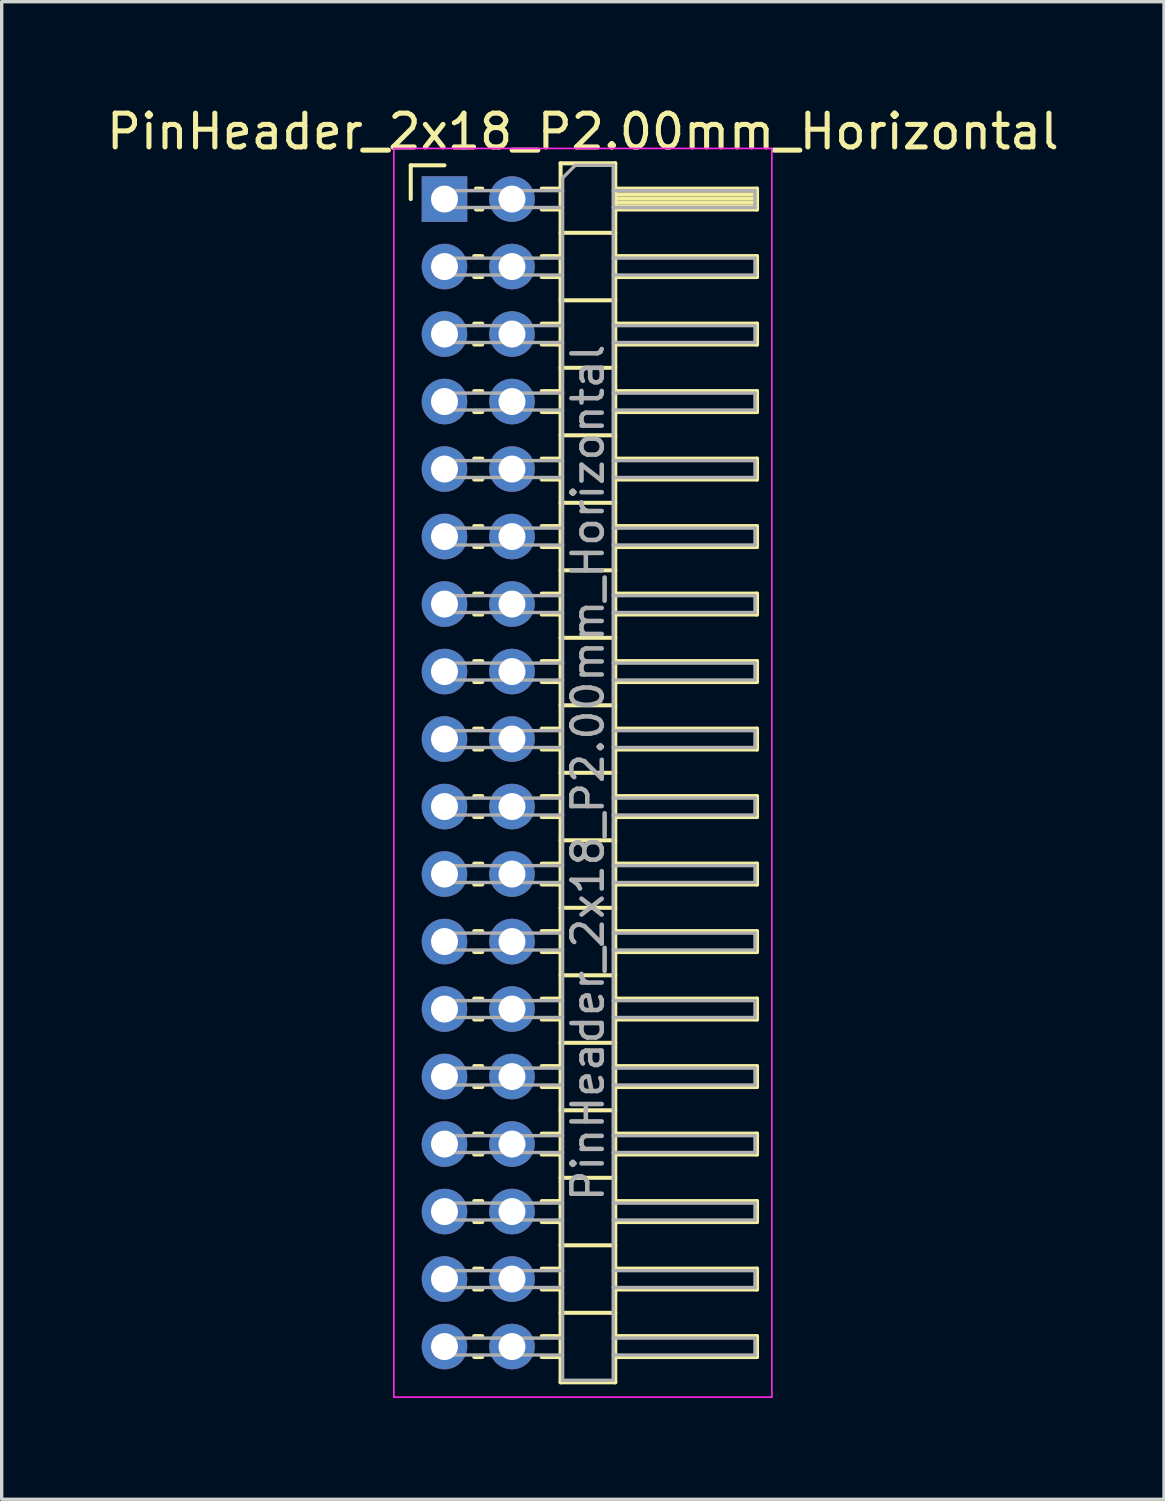
<source format=kicad_pcb>
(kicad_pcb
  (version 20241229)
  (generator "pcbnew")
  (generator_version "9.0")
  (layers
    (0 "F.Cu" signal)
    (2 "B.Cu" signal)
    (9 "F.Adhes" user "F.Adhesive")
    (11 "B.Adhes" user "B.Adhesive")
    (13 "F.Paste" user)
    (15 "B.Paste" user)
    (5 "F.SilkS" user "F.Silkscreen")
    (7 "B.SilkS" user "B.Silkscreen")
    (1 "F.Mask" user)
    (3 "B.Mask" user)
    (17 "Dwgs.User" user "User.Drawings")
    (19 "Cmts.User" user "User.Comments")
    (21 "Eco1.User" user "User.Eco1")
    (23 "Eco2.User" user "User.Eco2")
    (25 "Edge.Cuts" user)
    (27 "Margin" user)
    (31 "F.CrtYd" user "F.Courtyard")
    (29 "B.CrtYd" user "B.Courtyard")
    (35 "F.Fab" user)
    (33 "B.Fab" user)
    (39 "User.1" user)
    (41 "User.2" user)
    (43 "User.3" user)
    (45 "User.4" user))
  (footprint "PinHeader_2x18_P2.00mm_Horizontal"
    (layer "F.Cu")
    (at 10.12 2.848)
    (property "Reference" "PinHeader_2x18_P2.00mm_Horizontal" (at 4.1 -2 0) (layer "F.SilkS") (effects (font (size 1 1) (thickness 0.15))))
    (attr through_hole)
    (fp_line (start -1 -1) (end 0 -1) (stroke (width 0.12) (type solid)) (layer "F.SilkS"))
    (fp_line (start -1 0) (end -1 -1) (stroke (width 0.12) (type solid)) (layer "F.SilkS"))
    (fp_line (start 0.882 1.69) (end 1.118 1.69) (stroke (width 0.12) (type solid)) (layer "F.SilkS"))
    (fp_line (start 0.882 2.31) (end 1.118 2.31) (stroke (width 0.12) (type solid)) (layer "F.SilkS"))
    (fp_line (start 0.882 3.69) (end 1.118 3.69) (stroke (width 0.12) (type solid)) (layer "F.SilkS"))
    (fp_line (start 0.882 4.31) (end 1.118 4.31) (stroke (width 0.12) (type solid)) (layer "F.SilkS"))
    (fp_line (start 0.882 5.69) (end 1.118 5.69) (stroke (width 0.12) (type solid)) (layer "F.SilkS"))
    (fp_line (start 0.882 6.31) (end 1.118 6.31) (stroke (width 0.12) (type solid)) (layer "F.SilkS"))
    (fp_line (start 0.882 7.69) (end 1.118 7.69) (stroke (width 0.12) (type solid)) (layer "F.SilkS"))
    (fp_line (start 0.882 8.31) (end 1.118 8.31) (stroke (width 0.12) (type solid)) (layer "F.SilkS"))
    (fp_line (start 0.882 9.69) (end 1.118 9.69) (stroke (width 0.12) (type solid)) (layer "F.SilkS"))
    (fp_line (start 0.882 10.31) (end 1.118 10.31) (stroke (width 0.12) (type solid)) (layer "F.SilkS"))
    (fp_line (start 0.882 11.69) (end 1.118 11.69) (stroke (width 0.12) (type solid)) (layer "F.SilkS"))
    (fp_line (start 0.882 12.31) (end 1.118 12.31) (stroke (width 0.12) (type solid)) (layer "F.SilkS"))
    (fp_line (start 0.882 13.69) (end 1.118 13.69) (stroke (width 0.12) (type solid)) (layer "F.SilkS"))
    (fp_line (start 0.882 14.31) (end 1.118 14.31) (stroke (width 0.12) (type solid)) (layer "F.SilkS"))
    (fp_line (start 0.882 15.69) (end 1.118 15.69) (stroke (width 0.12) (type solid)) (layer "F.SilkS"))
    (fp_line (start 0.882 16.31) (end 1.118 16.31) (stroke (width 0.12) (type solid)) (layer "F.SilkS"))
    (fp_line (start 0.882 17.69) (end 1.118 17.69) (stroke (width 0.12) (type solid)) (layer "F.SilkS"))
    (fp_line (start 0.882 18.31) (end 1.118 18.31) (stroke (width 0.12) (type solid)) (layer "F.SilkS"))
    (fp_line (start 0.882 19.69) (end 1.118 19.69) (stroke (width 0.12) (type solid)) (layer "F.SilkS"))
    (fp_line (start 0.882 20.31) (end 1.118 20.31) (stroke (width 0.12) (type solid)) (layer "F.SilkS"))
    (fp_line (start 0.882 21.69) (end 1.118 21.69) (stroke (width 0.12) (type solid)) (layer "F.SilkS"))
    (fp_line (start 0.882 22.31) (end 1.118 22.31) (stroke (width 0.12) (type solid)) (layer "F.SilkS"))
    (fp_line (start 0.882 23.69) (end 1.118 23.69) (stroke (width 0.12) (type solid)) (layer "F.SilkS"))
    (fp_line (start 0.882 24.31) (end 1.118 24.31) (stroke (width 0.12) (type solid)) (layer "F.SilkS"))
    (fp_line (start 0.882 25.69) (end 1.118 25.69) (stroke (width 0.12) (type solid)) (layer "F.SilkS"))
    (fp_line (start 0.882 26.31) (end 1.118 26.31) (stroke (width 0.12) (type solid)) (layer "F.SilkS"))
    (fp_line (start 0.882 27.69) (end 1.118 27.69) (stroke (width 0.12) (type solid)) (layer "F.SilkS"))
    (fp_line (start 0.882 28.31) (end 1.118 28.31) (stroke (width 0.12) (type solid)) (layer "F.SilkS"))
    (fp_line (start 0.882 29.69) (end 1.118 29.69) (stroke (width 0.12) (type solid)) (layer "F.SilkS"))
    (fp_line (start 0.882 30.31) (end 1.118 30.31) (stroke (width 0.12) (type solid)) (layer "F.SilkS"))
    (fp_line (start 0.882 31.69) (end 1.118 31.69) (stroke (width 0.12) (type solid)) (layer "F.SilkS"))
    (fp_line (start 0.882 32.31) (end 1.118 32.31) (stroke (width 0.12) (type solid)) (layer "F.SilkS"))
    (fp_line (start 0.882 33.69) (end 1.118 33.69) (stroke (width 0.12) (type solid)) (layer "F.SilkS"))
    (fp_line (start 0.882 34.31) (end 1.118 34.31) (stroke (width 0.12) (type solid)) (layer "F.SilkS"))
    (fp_line (start 0.935 -0.31) (end 1.118 -0.31) (stroke (width 0.12) (type solid)) (layer "F.SilkS"))
    (fp_line (start 0.935 0.31) (end 1.118 0.31) (stroke (width 0.12) (type solid)) (layer "F.SilkS"))
    (fp_line (start 2.882 -0.31) (end 3.44 -0.31) (stroke (width 0.12) (type solid)) (layer "F.SilkS"))
    (fp_line (start 2.882 0.31) (end 3.44 0.31) (stroke (width 0.12) (type solid)) (layer "F.SilkS"))
    (fp_line (start 2.882 1.69) (end 3.44 1.69) (stroke (width 0.12) (type solid)) (layer "F.SilkS"))
    (fp_line (start 2.882 2.31) (end 3.44 2.31) (stroke (width 0.12) (type solid)) (layer "F.SilkS"))
    (fp_line (start 2.882 3.69) (end 3.44 3.69) (stroke (width 0.12) (type solid)) (layer "F.SilkS"))
    (fp_line (start 2.882 4.31) (end 3.44 4.31) (stroke (width 0.12) (type solid)) (layer "F.SilkS"))
    (fp_line (start 2.882 5.69) (end 3.44 5.69) (stroke (width 0.12) (type solid)) (layer "F.SilkS"))
    (fp_line (start 2.882 6.31) (end 3.44 6.31) (stroke (width 0.12) (type solid)) (layer "F.SilkS"))
    (fp_line (start 2.882 7.69) (end 3.44 7.69) (stroke (width 0.12) (type solid)) (layer "F.SilkS"))
    (fp_line (start 2.882 8.31) (end 3.44 8.31) (stroke (width 0.12) (type solid)) (layer "F.SilkS"))
    (fp_line (start 2.882 9.69) (end 3.44 9.69) (stroke (width 0.12) (type solid)) (layer "F.SilkS"))
    (fp_line (start 2.882 10.31) (end 3.44 10.31) (stroke (width 0.12) (type solid)) (layer "F.SilkS"))
    (fp_line (start 2.882 11.69) (end 3.44 11.69) (stroke (width 0.12) (type solid)) (layer "F.SilkS"))
    (fp_line (start 2.882 12.31) (end 3.44 12.31) (stroke (width 0.12) (type solid)) (layer "F.SilkS"))
    (fp_line (start 2.882 13.69) (end 3.44 13.69) (stroke (width 0.12) (type solid)) (layer "F.SilkS"))
    (fp_line (start 2.882 14.31) (end 3.44 14.31) (stroke (width 0.12) (type solid)) (layer "F.SilkS"))
    (fp_line (start 2.882 15.69) (end 3.44 15.69) (stroke (width 0.12) (type solid)) (layer "F.SilkS"))
    (fp_line (start 2.882 16.31) (end 3.44 16.31) (stroke (width 0.12) (type solid)) (layer "F.SilkS"))
    (fp_line (start 2.882 17.69) (end 3.44 17.69) (stroke (width 0.12) (type solid)) (layer "F.SilkS"))
    (fp_line (start 2.882 18.31) (end 3.44 18.31) (stroke (width 0.12) (type solid)) (layer "F.SilkS"))
    (fp_line (start 2.882 19.69) (end 3.44 19.69) (stroke (width 0.12) (type solid)) (layer "F.SilkS"))
    (fp_line (start 2.882 20.31) (end 3.44 20.31) (stroke (width 0.12) (type solid)) (layer "F.SilkS"))
    (fp_line (start 2.882 21.69) (end 3.44 21.69) (stroke (width 0.12) (type solid)) (layer "F.SilkS"))
    (fp_line (start 2.882 22.31) (end 3.44 22.31) (stroke (width 0.12) (type solid)) (layer "F.SilkS"))
    (fp_line (start 2.882 23.69) (end 3.44 23.69) (stroke (width 0.12) (type solid)) (layer "F.SilkS"))
    (fp_line (start 2.882 24.31) (end 3.44 24.31) (stroke (width 0.12) (type solid)) (layer "F.SilkS"))
    (fp_line (start 2.882 25.69) (end 3.44 25.69) (stroke (width 0.12) (type solid)) (layer "F.SilkS"))
    (fp_line (start 2.882 26.31) (end 3.44 26.31) (stroke (width 0.12) (type solid)) (layer "F.SilkS"))
    (fp_line (start 2.882 27.69) (end 3.44 27.69) (stroke (width 0.12) (type solid)) (layer "F.SilkS"))
    (fp_line (start 2.882 28.31) (end 3.44 28.31) (stroke (width 0.12) (type solid)) (layer "F.SilkS"))
    (fp_line (start 2.882 29.69) (end 3.44 29.69) (stroke (width 0.12) (type solid)) (layer "F.SilkS"))
    (fp_line (start 2.882 30.31) (end 3.44 30.31) (stroke (width 0.12) (type solid)) (layer "F.SilkS"))
    (fp_line (start 2.882 31.69) (end 3.44 31.69) (stroke (width 0.12) (type solid)) (layer "F.SilkS"))
    (fp_line (start 2.882 32.31) (end 3.44 32.31) (stroke (width 0.12) (type solid)) (layer "F.SilkS"))
    (fp_line (start 2.882 33.69) (end 3.44 33.69) (stroke (width 0.12) (type solid)) (layer "F.SilkS"))
    (fp_line (start 2.882 34.31) (end 3.44 34.31) (stroke (width 0.12) (type solid)) (layer "F.SilkS"))
    (fp_line (start 3.44 -1.06) (end 3.44 35.06) (stroke (width 0.12) (type solid)) (layer "F.SilkS"))
    (fp_line (start 3.44 1) (end 5.06 1) (stroke (width 0.12) (type solid)) (layer "F.SilkS"))
    (fp_line (start 3.44 3) (end 5.06 3) (stroke (width 0.12) (type solid)) (layer "F.SilkS"))
    (fp_line (start 3.44 5) (end 5.06 5) (stroke (width 0.12) (type solid)) (layer "F.SilkS"))
    (fp_line (start 3.44 7) (end 5.06 7) (stroke (width 0.12) (type solid)) (layer "F.SilkS"))
    (fp_line (start 3.44 9) (end 5.06 9) (stroke (width 0.12) (type solid)) (layer "F.SilkS"))
    (fp_line (start 3.44 11) (end 5.06 11) (stroke (width 0.12) (type solid)) (layer "F.SilkS"))
    (fp_line (start 3.44 13) (end 5.06 13) (stroke (width 0.12) (type solid)) (layer "F.SilkS"))
    (fp_line (start 3.44 15) (end 5.06 15) (stroke (width 0.12) (type solid)) (layer "F.SilkS"))
    (fp_line (start 3.44 17) (end 5.06 17) (stroke (width 0.12) (type solid)) (layer "F.SilkS"))
    (fp_line (start 3.44 19) (end 5.06 19) (stroke (width 0.12) (type solid)) (layer "F.SilkS"))
    (fp_line (start 3.44 21) (end 5.06 21) (stroke (width 0.12) (type solid)) (layer "F.SilkS"))
    (fp_line (start 3.44 23) (end 5.06 23) (stroke (width 0.12) (type solid)) (layer "F.SilkS"))
    (fp_line (start 3.44 25) (end 5.06 25) (stroke (width 0.12) (type solid)) (layer "F.SilkS"))
    (fp_line (start 3.44 27) (end 5.06 27) (stroke (width 0.12) (type solid)) (layer "F.SilkS"))
    (fp_line (start 3.44 29) (end 5.06 29) (stroke (width 0.12) (type solid)) (layer "F.SilkS"))
    (fp_line (start 3.44 31) (end 5.06 31) (stroke (width 0.12) (type solid)) (layer "F.SilkS"))
    (fp_line (start 3.44 33) (end 5.06 33) (stroke (width 0.12) (type solid)) (layer "F.SilkS"))
    (fp_line (start 3.44 35.06) (end 5.06 35.06) (stroke (width 0.12) (type solid)) (layer "F.SilkS"))
    (fp_line (start 5.06 -1.06) (end 3.44 -1.06) (stroke (width 0.12) (type solid)) (layer "F.SilkS"))
    (fp_line (start 5.06 -0.31) (end 9.26 -0.31) (stroke (width 0.12) (type solid)) (layer "F.SilkS"))
    (fp_line (start 5.06 -0.25) (end 9.26 -0.25) (stroke (width 0.12) (type solid)) (layer "F.SilkS"))
    (fp_line (start 5.06 -0.13) (end 9.26 -0.13) (stroke (width 0.12) (type solid)) (layer "F.SilkS"))
    (fp_line (start 5.06 -0.01) (end 9.26 -0.01) (stroke (width 0.12) (type solid)) (layer "F.SilkS"))
    (fp_line (start 5.06 0.11) (end 9.26 0.11) (stroke (width 0.12) (type solid)) (layer "F.SilkS"))
    (fp_line (start 5.06 0.23) (end 9.26 0.23) (stroke (width 0.12) (type solid)) (layer "F.SilkS"))
    (fp_line (start 5.06 1.69) (end 9.26 1.69) (stroke (width 0.12) (type solid)) (layer "F.SilkS"))
    (fp_line (start 5.06 3.69) (end 9.26 3.69) (stroke (width 0.12) (type solid)) (layer "F.SilkS"))
    (fp_line (start 5.06 5.69) (end 9.26 5.69) (stroke (width 0.12) (type solid)) (layer "F.SilkS"))
    (fp_line (start 5.06 7.69) (end 9.26 7.69) (stroke (width 0.12) (type solid)) (layer "F.SilkS"))
    (fp_line (start 5.06 9.69) (end 9.26 9.69) (stroke (width 0.12) (type solid)) (layer "F.SilkS"))
    (fp_line (start 5.06 11.69) (end 9.26 11.69) (stroke (width 0.12) (type solid)) (layer "F.SilkS"))
    (fp_line (start 5.06 13.69) (end 9.26 13.69) (stroke (width 0.12) (type solid)) (layer "F.SilkS"))
    (fp_line (start 5.06 15.69) (end 9.26 15.69) (stroke (width 0.12) (type solid)) (layer "F.SilkS"))
    (fp_line (start 5.06 17.69) (end 9.26 17.69) (stroke (width 0.12) (type solid)) (layer "F.SilkS"))
    (fp_line (start 5.06 19.69) (end 9.26 19.69) (stroke (width 0.12) (type solid)) (layer "F.SilkS"))
    (fp_line (start 5.06 21.69) (end 9.26 21.69) (stroke (width 0.12) (type solid)) (layer "F.SilkS"))
    (fp_line (start 5.06 23.69) (end 9.26 23.69) (stroke (width 0.12) (type solid)) (layer "F.SilkS"))
    (fp_line (start 5.06 25.69) (end 9.26 25.69) (stroke (width 0.12) (type solid)) (layer "F.SilkS"))
    (fp_line (start 5.06 27.69) (end 9.26 27.69) (stroke (width 0.12) (type solid)) (layer "F.SilkS"))
    (fp_line (start 5.06 29.69) (end 9.26 29.69) (stroke (width 0.12) (type solid)) (layer "F.SilkS"))
    (fp_line (start 5.06 31.69) (end 9.26 31.69) (stroke (width 0.12) (type solid)) (layer "F.SilkS"))
    (fp_line (start 5.06 33.69) (end 9.26 33.69) (stroke (width 0.12) (type solid)) (layer "F.SilkS"))
    (fp_line (start 5.06 35.06) (end 5.06 -1.06) (stroke (width 0.12) (type solid)) (layer "F.SilkS"))
    (fp_line (start 9.26 -0.31) (end 9.26 0.31) (stroke (width 0.12) (type solid)) (layer "F.SilkS"))
    (fp_line (start 9.26 0.31) (end 5.06 0.31) (stroke (width 0.12) (type solid)) (layer "F.SilkS"))
    (fp_line (start 9.26 1.69) (end 9.26 2.31) (stroke (width 0.12) (type solid)) (layer "F.SilkS"))
    (fp_line (start 9.26 2.31) (end 5.06 2.31) (stroke (width 0.12) (type solid)) (layer "F.SilkS"))
    (fp_line (start 9.26 3.69) (end 9.26 4.31) (stroke (width 0.12) (type solid)) (layer "F.SilkS"))
    (fp_line (start 9.26 4.31) (end 5.06 4.31) (stroke (width 0.12) (type solid)) (layer "F.SilkS"))
    (fp_line (start 9.26 5.69) (end 9.26 6.31) (stroke (width 0.12) (type solid)) (layer "F.SilkS"))
    (fp_line (start 9.26 6.31) (end 5.06 6.31) (stroke (width 0.12) (type solid)) (layer "F.SilkS"))
    (fp_line (start 9.26 7.69) (end 9.26 8.31) (stroke (width 0.12) (type solid)) (layer "F.SilkS"))
    (fp_line (start 9.26 8.31) (end 5.06 8.31) (stroke (width 0.12) (type solid)) (layer "F.SilkS"))
    (fp_line (start 9.26 9.69) (end 9.26 10.31) (stroke (width 0.12) (type solid)) (layer "F.SilkS"))
    (fp_line (start 9.26 10.31) (end 5.06 10.31) (stroke (width 0.12) (type solid)) (layer "F.SilkS"))
    (fp_line (start 9.26 11.69) (end 9.26 12.31) (stroke (width 0.12) (type solid)) (layer "F.SilkS"))
    (fp_line (start 9.26 12.31) (end 5.06 12.31) (stroke (width 0.12) (type solid)) (layer "F.SilkS"))
    (fp_line (start 9.26 13.69) (end 9.26 14.31) (stroke (width 0.12) (type solid)) (layer "F.SilkS"))
    (fp_line (start 9.26 14.31) (end 5.06 14.31) (stroke (width 0.12) (type solid)) (layer "F.SilkS"))
    (fp_line (start 9.26 15.69) (end 9.26 16.31) (stroke (width 0.12) (type solid)) (layer "F.SilkS"))
    (fp_line (start 9.26 16.31) (end 5.06 16.31) (stroke (width 0.12) (type solid)) (layer "F.SilkS"))
    (fp_line (start 9.26 17.69) (end 9.26 18.31) (stroke (width 0.12) (type solid)) (layer "F.SilkS"))
    (fp_line (start 9.26 18.31) (end 5.06 18.31) (stroke (width 0.12) (type solid)) (layer "F.SilkS"))
    (fp_line (start 9.26 19.69) (end 9.26 20.31) (stroke (width 0.12) (type solid)) (layer "F.SilkS"))
    (fp_line (start 9.26 20.31) (end 5.06 20.31) (stroke (width 0.12) (type solid)) (layer "F.SilkS"))
    (fp_line (start 9.26 21.69) (end 9.26 22.31) (stroke (width 0.12) (type solid)) (layer "F.SilkS"))
    (fp_line (start 9.26 22.31) (end 5.06 22.31) (stroke (width 0.12) (type solid)) (layer "F.SilkS"))
    (fp_line (start 9.26 23.69) (end 9.26 24.31) (stroke (width 0.12) (type solid)) (layer "F.SilkS"))
    (fp_line (start 9.26 24.31) (end 5.06 24.31) (stroke (width 0.12) (type solid)) (layer "F.SilkS"))
    (fp_line (start 9.26 25.69) (end 9.26 26.31) (stroke (width 0.12) (type solid)) (layer "F.SilkS"))
    (fp_line (start 9.26 26.31) (end 5.06 26.31) (stroke (width 0.12) (type solid)) (layer "F.SilkS"))
    (fp_line (start 9.26 27.69) (end 9.26 28.31) (stroke (width 0.12) (type solid)) (layer "F.SilkS"))
    (fp_line (start 9.26 28.31) (end 5.06 28.31) (stroke (width 0.12) (type solid)) (layer "F.SilkS"))
    (fp_line (start 9.26 29.69) (end 9.26 30.31) (stroke (width 0.12) (type solid)) (layer "F.SilkS"))
    (fp_line (start 9.26 30.31) (end 5.06 30.31) (stroke (width 0.12) (type solid)) (layer "F.SilkS"))
    (fp_line (start 9.26 31.69) (end 9.26 32.31) (stroke (width 0.12) (type solid)) (layer "F.SilkS"))
    (fp_line (start 9.26 32.31) (end 5.06 32.31) (stroke (width 0.12) (type solid)) (layer "F.SilkS"))
    (fp_line (start 9.26 33.69) (end 9.26 34.31) (stroke (width 0.12) (type solid)) (layer "F.SilkS"))
    (fp_line (start 9.26 34.31) (end 5.06 34.31) (stroke (width 0.12) (type solid)) (layer "F.SilkS"))
    (fp_line (start -1.5 -1.5) (end -1.5 35.5) (stroke (width 0.05) (type solid)) (layer "F.CrtYd"))
    (fp_line (start -1.5 35.5) (end 9.7 35.5) (stroke (width 0.05) (type solid)) (layer "F.CrtYd"))
    (fp_line (start 9.7 -1.5) (end -1.5 -1.5) (stroke (width 0.05) (type solid)) (layer "F.CrtYd"))
    (fp_line (start 9.7 35.5) (end 9.7 -1.5) (stroke (width 0.05) (type solid)) (layer "F.CrtYd"))
    (fp_line (start -0.25 -0.25) (end -0.25 0.25) (stroke (width 0.1) (type solid)) (layer "F.Fab"))
    (fp_line (start -0.25 -0.25) (end 3.5 -0.25) (stroke (width 0.1) (type solid)) (layer "F.Fab"))
    (fp_line (start -0.25 0.25) (end 3.5 0.25) (stroke (width 0.1) (type solid)) (layer "F.Fab"))
    (fp_line (start -0.25 1.75) (end -0.25 2.25) (stroke (width 0.1) (type solid)) (layer "F.Fab"))
    (fp_line (start -0.25 1.75) (end 3.5 1.75) (stroke (width 0.1) (type solid)) (layer "F.Fab"))
    (fp_line (start -0.25 2.25) (end 3.5 2.25) (stroke (width 0.1) (type solid)) (layer "F.Fab"))
    (fp_line (start -0.25 3.75) (end -0.25 4.25) (stroke (width 0.1) (type solid)) (layer "F.Fab"))
    (fp_line (start -0.25 3.75) (end 3.5 3.75) (stroke (width 0.1) (type solid)) (layer "F.Fab"))
    (fp_line (start -0.25 4.25) (end 3.5 4.25) (stroke (width 0.1) (type solid)) (layer "F.Fab"))
    (fp_line (start -0.25 5.75) (end -0.25 6.25) (stroke (width 0.1) (type solid)) (layer "F.Fab"))
    (fp_line (start -0.25 5.75) (end 3.5 5.75) (stroke (width 0.1) (type solid)) (layer "F.Fab"))
    (fp_line (start -0.25 6.25) (end 3.5 6.25) (stroke (width 0.1) (type solid)) (layer "F.Fab"))
    (fp_line (start -0.25 7.75) (end -0.25 8.25) (stroke (width 0.1) (type solid)) (layer "F.Fab"))
    (fp_line (start -0.25 7.75) (end 3.5 7.75) (stroke (width 0.1) (type solid)) (layer "F.Fab"))
    (fp_line (start -0.25 8.25) (end 3.5 8.25) (stroke (width 0.1) (type solid)) (layer "F.Fab"))
    (fp_line (start -0.25 9.75) (end -0.25 10.25) (stroke (width 0.1) (type solid)) (layer "F.Fab"))
    (fp_line (start -0.25 9.75) (end 3.5 9.75) (stroke (width 0.1) (type solid)) (layer "F.Fab"))
    (fp_line (start -0.25 10.25) (end 3.5 10.25) (stroke (width 0.1) (type solid)) (layer "F.Fab"))
    (fp_line (start -0.25 11.75) (end -0.25 12.25) (stroke (width 0.1) (type solid)) (layer "F.Fab"))
    (fp_line (start -0.25 11.75) (end 3.5 11.75) (stroke (width 0.1) (type solid)) (layer "F.Fab"))
    (fp_line (start -0.25 12.25) (end 3.5 12.25) (stroke (width 0.1) (type solid)) (layer "F.Fab"))
    (fp_line (start -0.25 13.75) (end -0.25 14.25) (stroke (width 0.1) (type solid)) (layer "F.Fab"))
    (fp_line (start -0.25 13.75) (end 3.5 13.75) (stroke (width 0.1) (type solid)) (layer "F.Fab"))
    (fp_line (start -0.25 14.25) (end 3.5 14.25) (stroke (width 0.1) (type solid)) (layer "F.Fab"))
    (fp_line (start -0.25 15.75) (end -0.25 16.25) (stroke (width 0.1) (type solid)) (layer "F.Fab"))
    (fp_line (start -0.25 15.75) (end 3.5 15.75) (stroke (width 0.1) (type solid)) (layer "F.Fab"))
    (fp_line (start -0.25 16.25) (end 3.5 16.25) (stroke (width 0.1) (type solid)) (layer "F.Fab"))
    (fp_line (start -0.25 17.75) (end -0.25 18.25) (stroke (width 0.1) (type solid)) (layer "F.Fab"))
    (fp_line (start -0.25 17.75) (end 3.5 17.75) (stroke (width 0.1) (type solid)) (layer "F.Fab"))
    (fp_line (start -0.25 18.25) (end 3.5 18.25) (stroke (width 0.1) (type solid)) (layer "F.Fab"))
    (fp_line (start -0.25 19.75) (end -0.25 20.25) (stroke (width 0.1) (type solid)) (layer "F.Fab"))
    (fp_line (start -0.25 19.75) (end 3.5 19.75) (stroke (width 0.1) (type solid)) (layer "F.Fab"))
    (fp_line (start -0.25 20.25) (end 3.5 20.25) (stroke (width 0.1) (type solid)) (layer "F.Fab"))
    (fp_line (start -0.25 21.75) (end -0.25 22.25) (stroke (width 0.1) (type solid)) (layer "F.Fab"))
    (fp_line (start -0.25 21.75) (end 3.5 21.75) (stroke (width 0.1) (type solid)) (layer "F.Fab"))
    (fp_line (start -0.25 22.25) (end 3.5 22.25) (stroke (width 0.1) (type solid)) (layer "F.Fab"))
    (fp_line (start -0.25 23.75) (end -0.25 24.25) (stroke (width 0.1) (type solid)) (layer "F.Fab"))
    (fp_line (start -0.25 23.75) (end 3.5 23.75) (stroke (width 0.1) (type solid)) (layer "F.Fab"))
    (fp_line (start -0.25 24.25) (end 3.5 24.25) (stroke (width 0.1) (type solid)) (layer "F.Fab"))
    (fp_line (start -0.25 25.75) (end -0.25 26.25) (stroke (width 0.1) (type solid)) (layer "F.Fab"))
    (fp_line (start -0.25 25.75) (end 3.5 25.75) (stroke (width 0.1) (type solid)) (layer "F.Fab"))
    (fp_line (start -0.25 26.25) (end 3.5 26.25) (stroke (width 0.1) (type solid)) (layer "F.Fab"))
    (fp_line (start -0.25 27.75) (end -0.25 28.25) (stroke (width 0.1) (type solid)) (layer "F.Fab"))
    (fp_line (start -0.25 27.75) (end 3.5 27.75) (stroke (width 0.1) (type solid)) (layer "F.Fab"))
    (fp_line (start -0.25 28.25) (end 3.5 28.25) (stroke (width 0.1) (type solid)) (layer "F.Fab"))
    (fp_line (start -0.25 29.75) (end -0.25 30.25) (stroke (width 0.1) (type solid)) (layer "F.Fab"))
    (fp_line (start -0.25 29.75) (end 3.5 29.75) (stroke (width 0.1) (type solid)) (layer "F.Fab"))
    (fp_line (start -0.25 30.25) (end 3.5 30.25) (stroke (width 0.1) (type solid)) (layer "F.Fab"))
    (fp_line (start -0.25 31.75) (end -0.25 32.25) (stroke (width 0.1) (type solid)) (layer "F.Fab"))
    (fp_line (start -0.25 31.75) (end 3.5 31.75) (stroke (width 0.1) (type solid)) (layer "F.Fab"))
    (fp_line (start -0.25 32.25) (end 3.5 32.25) (stroke (width 0.1) (type solid)) (layer "F.Fab"))
    (fp_line (start -0.25 33.75) (end -0.25 34.25) (stroke (width 0.1) (type solid)) (layer "F.Fab"))
    (fp_line (start -0.25 33.75) (end 3.5 33.75) (stroke (width 0.1) (type solid)) (layer "F.Fab"))
    (fp_line (start -0.25 34.25) (end 3.5 34.25) (stroke (width 0.1) (type solid)) (layer "F.Fab"))
    (fp_line (start 3.5 -0.625) (end 3.875 -1) (stroke (width 0.1) (type solid)) (layer "F.Fab"))
    (fp_line (start 3.5 35) (end 3.5 -0.625) (stroke (width 0.1) (type solid)) (layer "F.Fab"))
    (fp_line (start 3.875 -1) (end 5 -1) (stroke (width 0.1) (type solid)) (layer "F.Fab"))
    (fp_line (start 5 -1) (end 5 35) (stroke (width 0.1) (type solid)) (layer "F.Fab"))
    (fp_line (start 5 -0.25) (end 9.2 -0.25) (stroke (width 0.1) (type solid)) (layer "F.Fab"))
    (fp_line (start 5 0.25) (end 9.2 0.25) (stroke (width 0.1) (type solid)) (layer "F.Fab"))
    (fp_line (start 5 1.75) (end 9.2 1.75) (stroke (width 0.1) (type solid)) (layer "F.Fab"))
    (fp_line (start 5 2.25) (end 9.2 2.25) (stroke (width 0.1) (type solid)) (layer "F.Fab"))
    (fp_line (start 5 3.75) (end 9.2 3.75) (stroke (width 0.1) (type solid)) (layer "F.Fab"))
    (fp_line (start 5 4.25) (end 9.2 4.25) (stroke (width 0.1) (type solid)) (layer "F.Fab"))
    (fp_line (start 5 5.75) (end 9.2 5.75) (stroke (width 0.1) (type solid)) (layer "F.Fab"))
    (fp_line (start 5 6.25) (end 9.2 6.25) (stroke (width 0.1) (type solid)) (layer "F.Fab"))
    (fp_line (start 5 7.75) (end 9.2 7.75) (stroke (width 0.1) (type solid)) (layer "F.Fab"))
    (fp_line (start 5 8.25) (end 9.2 8.25) (stroke (width 0.1) (type solid)) (layer "F.Fab"))
    (fp_line (start 5 9.75) (end 9.2 9.75) (stroke (width 0.1) (type solid)) (layer "F.Fab"))
    (fp_line (start 5 10.25) (end 9.2 10.25) (stroke (width 0.1) (type solid)) (layer "F.Fab"))
    (fp_line (start 5 11.75) (end 9.2 11.75) (stroke (width 0.1) (type solid)) (layer "F.Fab"))
    (fp_line (start 5 12.25) (end 9.2 12.25) (stroke (width 0.1) (type solid)) (layer "F.Fab"))
    (fp_line (start 5 13.75) (end 9.2 13.75) (stroke (width 0.1) (type solid)) (layer "F.Fab"))
    (fp_line (start 5 14.25) (end 9.2 14.25) (stroke (width 0.1) (type solid)) (layer "F.Fab"))
    (fp_line (start 5 15.75) (end 9.2 15.75) (stroke (width 0.1) (type solid)) (layer "F.Fab"))
    (fp_line (start 5 16.25) (end 9.2 16.25) (stroke (width 0.1) (type solid)) (layer "F.Fab"))
    (fp_line (start 5 17.75) (end 9.2 17.75) (stroke (width 0.1) (type solid)) (layer "F.Fab"))
    (fp_line (start 5 18.25) (end 9.2 18.25) (stroke (width 0.1) (type solid)) (layer "F.Fab"))
    (fp_line (start 5 19.75) (end 9.2 19.75) (stroke (width 0.1) (type solid)) (layer "F.Fab"))
    (fp_line (start 5 20.25) (end 9.2 20.25) (stroke (width 0.1) (type solid)) (layer "F.Fab"))
    (fp_line (start 5 21.75) (end 9.2 21.75) (stroke (width 0.1) (type solid)) (layer "F.Fab"))
    (fp_line (start 5 22.25) (end 9.2 22.25) (stroke (width 0.1) (type solid)) (layer "F.Fab"))
    (fp_line (start 5 23.75) (end 9.2 23.75) (stroke (width 0.1) (type solid)) (layer "F.Fab"))
    (fp_line (start 5 24.25) (end 9.2 24.25) (stroke (width 0.1) (type solid)) (layer "F.Fab"))
    (fp_line (start 5 25.75) (end 9.2 25.75) (stroke (width 0.1) (type solid)) (layer "F.Fab"))
    (fp_line (start 5 26.25) (end 9.2 26.25) (stroke (width 0.1) (type solid)) (layer "F.Fab"))
    (fp_line (start 5 27.75) (end 9.2 27.75) (stroke (width 0.1) (type solid)) (layer "F.Fab"))
    (fp_line (start 5 28.25) (end 9.2 28.25) (stroke (width 0.1) (type solid)) (layer "F.Fab"))
    (fp_line (start 5 29.75) (end 9.2 29.75) (stroke (width 0.1) (type solid)) (layer "F.Fab"))
    (fp_line (start 5 30.25) (end 9.2 30.25) (stroke (width 0.1) (type solid)) (layer "F.Fab"))
    (fp_line (start 5 31.75) (end 9.2 31.75) (stroke (width 0.1) (type solid)) (layer "F.Fab"))
    (fp_line (start 5 32.25) (end 9.2 32.25) (stroke (width 0.1) (type solid)) (layer "F.Fab"))
    (fp_line (start 5 33.75) (end 9.2 33.75) (stroke (width 0.1) (type solid)) (layer "F.Fab"))
    (fp_line (start 5 34.25) (end 9.2 34.25) (stroke (width 0.1) (type solid)) (layer "F.Fab"))
    (fp_line (start 5 35) (end 3.5 35) (stroke (width 0.1) (type solid)) (layer "F.Fab"))
    (fp_line (start 9.2 -0.25) (end 9.2 0.25) (stroke (width 0.1) (type solid)) (layer "F.Fab"))
    (fp_line (start 9.2 1.75) (end 9.2 2.25) (stroke (width 0.1) (type solid)) (layer "F.Fab"))
    (fp_line (start 9.2 3.75) (end 9.2 4.25) (stroke (width 0.1) (type solid)) (layer "F.Fab"))
    (fp_line (start 9.2 5.75) (end 9.2 6.25) (stroke (width 0.1) (type solid)) (layer "F.Fab"))
    (fp_line (start 9.2 7.75) (end 9.2 8.25) (stroke (width 0.1) (type solid)) (layer "F.Fab"))
    (fp_line (start 9.2 9.75) (end 9.2 10.25) (stroke (width 0.1) (type solid)) (layer "F.Fab"))
    (fp_line (start 9.2 11.75) (end 9.2 12.25) (stroke (width 0.1) (type solid)) (layer "F.Fab"))
    (fp_line (start 9.2 13.75) (end 9.2 14.25) (stroke (width 0.1) (type solid)) (layer "F.Fab"))
    (fp_line (start 9.2 15.75) (end 9.2 16.25) (stroke (width 0.1) (type solid)) (layer "F.Fab"))
    (fp_line (start 9.2 17.75) (end 9.2 18.25) (stroke (width 0.1) (type solid)) (layer "F.Fab"))
    (fp_line (start 9.2 19.75) (end 9.2 20.25) (stroke (width 0.1) (type solid)) (layer "F.Fab"))
    (fp_line (start 9.2 21.75) (end 9.2 22.25) (stroke (width 0.1) (type solid)) (layer "F.Fab"))
    (fp_line (start 9.2 23.75) (end 9.2 24.25) (stroke (width 0.1) (type solid)) (layer "F.Fab"))
    (fp_line (start 9.2 25.75) (end 9.2 26.25) (stroke (width 0.1) (type solid)) (layer "F.Fab"))
    (fp_line (start 9.2 27.75) (end 9.2 28.25) (stroke (width 0.1) (type solid)) (layer "F.Fab"))
    (fp_line (start 9.2 29.75) (end 9.2 30.25) (stroke (width 0.1) (type solid)) (layer "F.Fab"))
    (fp_line (start 9.2 31.75) (end 9.2 32.25) (stroke (width 0.1) (type solid)) (layer "F.Fab"))
    (fp_line (start 9.2 33.75) (end 9.2 34.25) (stroke (width 0.1) (type solid)) (layer "F.Fab"))
    (fp_text user "${REFERENCE}" (at 4.25 17 90) (layer "F.Fab") (effects (font (size 0.9 0.9) (thickness 0.135))))
    (pad "1" thru_hole rect (at 0 0) (size 1.35 1.35) (drill 0.8) (layers "*.Cu" "*.Mask"))
    (pad "2" thru_hole oval (at 2 0) (size 1.35 1.35) (drill 0.8) (layers "*.Cu" "*.Mask"))
    (pad "3" thru_hole oval (at 0 2) (size 1.35 1.35) (drill 0.8) (layers "*.Cu" "*.Mask"))
    (pad "4" thru_hole oval (at 2 2) (size 1.35 1.35) (drill 0.8) (layers "*.Cu" "*.Mask"))
    (pad "5" thru_hole oval (at 0 4) (size 1.35 1.35) (drill 0.8) (layers "*.Cu" "*.Mask"))
    (pad "6" thru_hole oval (at 2 4) (size 1.35 1.35) (drill 0.8) (layers "*.Cu" "*.Mask"))
    (pad "7" thru_hole oval (at 0 6) (size 1.35 1.35) (drill 0.8) (layers "*.Cu" "*.Mask"))
    (pad "8" thru_hole oval (at 2 6) (size 1.35 1.35) (drill 0.8) (layers "*.Cu" "*.Mask"))
    (pad "9" thru_hole oval (at 0 8) (size 1.35 1.35) (drill 0.8) (layers "*.Cu" "*.Mask"))
    (pad "10" thru_hole oval (at 2 8) (size 1.35 1.35) (drill 0.8) (layers "*.Cu" "*.Mask"))
    (pad "11" thru_hole oval (at 0 10) (size 1.35 1.35) (drill 0.8) (layers "*.Cu" "*.Mask"))
    (pad "12" thru_hole oval (at 2 10) (size 1.35 1.35) (drill 0.8) (layers "*.Cu" "*.Mask"))
    (pad "13" thru_hole oval (at 0 12) (size 1.35 1.35) (drill 0.8) (layers "*.Cu" "*.Mask"))
    (pad "14" thru_hole oval (at 2 12) (size 1.35 1.35) (drill 0.8) (layers "*.Cu" "*.Mask"))
    (pad "15" thru_hole oval (at 0 14) (size 1.35 1.35) (drill 0.8) (layers "*.Cu" "*.Mask"))
    (pad "16" thru_hole oval (at 2 14) (size 1.35 1.35) (drill 0.8) (layers "*.Cu" "*.Mask"))
    (pad "17" thru_hole oval (at 0 16) (size 1.35 1.35) (drill 0.8) (layers "*.Cu" "*.Mask"))
    (pad "18" thru_hole oval (at 2 16) (size 1.35 1.35) (drill 0.8) (layers "*.Cu" "*.Mask"))
    (pad "19" thru_hole oval (at 0 18) (size 1.35 1.35) (drill 0.8) (layers "*.Cu" "*.Mask"))
    (pad "20" thru_hole oval (at 2 18) (size 1.35 1.35) (drill 0.8) (layers "*.Cu" "*.Mask"))
    (pad "21" thru_hole oval (at 0 20) (size 1.35 1.35) (drill 0.8) (layers "*.Cu" "*.Mask"))
    (pad "22" thru_hole oval (at 2 20) (size 1.35 1.35) (drill 0.8) (layers "*.Cu" "*.Mask"))
    (pad "23" thru_hole oval (at 0 22) (size 1.35 1.35) (drill 0.8) (layers "*.Cu" "*.Mask"))
    (pad "24" thru_hole oval (at 2 22) (size 1.35 1.35) (drill 0.8) (layers "*.Cu" "*.Mask"))
    (pad "25" thru_hole oval (at 0 24) (size 1.35 1.35) (drill 0.8) (layers "*.Cu" "*.Mask"))
    (pad "26" thru_hole oval (at 2 24) (size 1.35 1.35) (drill 0.8) (layers "*.Cu" "*.Mask"))
    (pad "27" thru_hole oval (at 0 26) (size 1.35 1.35) (drill 0.8) (layers "*.Cu" "*.Mask"))
    (pad "28" thru_hole oval (at 2 26) (size 1.35 1.35) (drill 0.8) (layers "*.Cu" "*.Mask"))
    (pad "29" thru_hole oval (at 0 28) (size 1.35 1.35) (drill 0.8) (layers "*.Cu" "*.Mask"))
    (pad "30" thru_hole oval (at 2 28) (size 1.35 1.35) (drill 0.8) (layers "*.Cu" "*.Mask"))
    (pad "31" thru_hole oval (at 0 30) (size 1.35 1.35) (drill 0.8) (layers "*.Cu" "*.Mask"))
    (pad "32" thru_hole oval (at 2 30) (size 1.35 1.35) (drill 0.8) (layers "*.Cu" "*.Mask"))
    (pad "33" thru_hole oval (at 0 32) (size 1.35 1.35) (drill 0.8) (layers "*.Cu" "*.Mask"))
    (pad "34" thru_hole oval (at 2 32) (size 1.35 1.35) (drill 0.8) (layers "*.Cu" "*.Mask"))
    (pad "35" thru_hole oval (at 0 34) (size 1.35 1.35) (drill 0.8) (layers "*.Cu" "*.Mask"))
    (pad "36" thru_hole oval (at 2 34) (size 1.35 1.35) (drill 0.8) (layers "*.Cu" "*.Mask")))
  (gr_rect
    (start -3 -3)
    (end 31.44 41.373)
    (stroke (width 0.1) (type default))
    (fill no)
    (layer "Edge.Cuts")))
</source>
